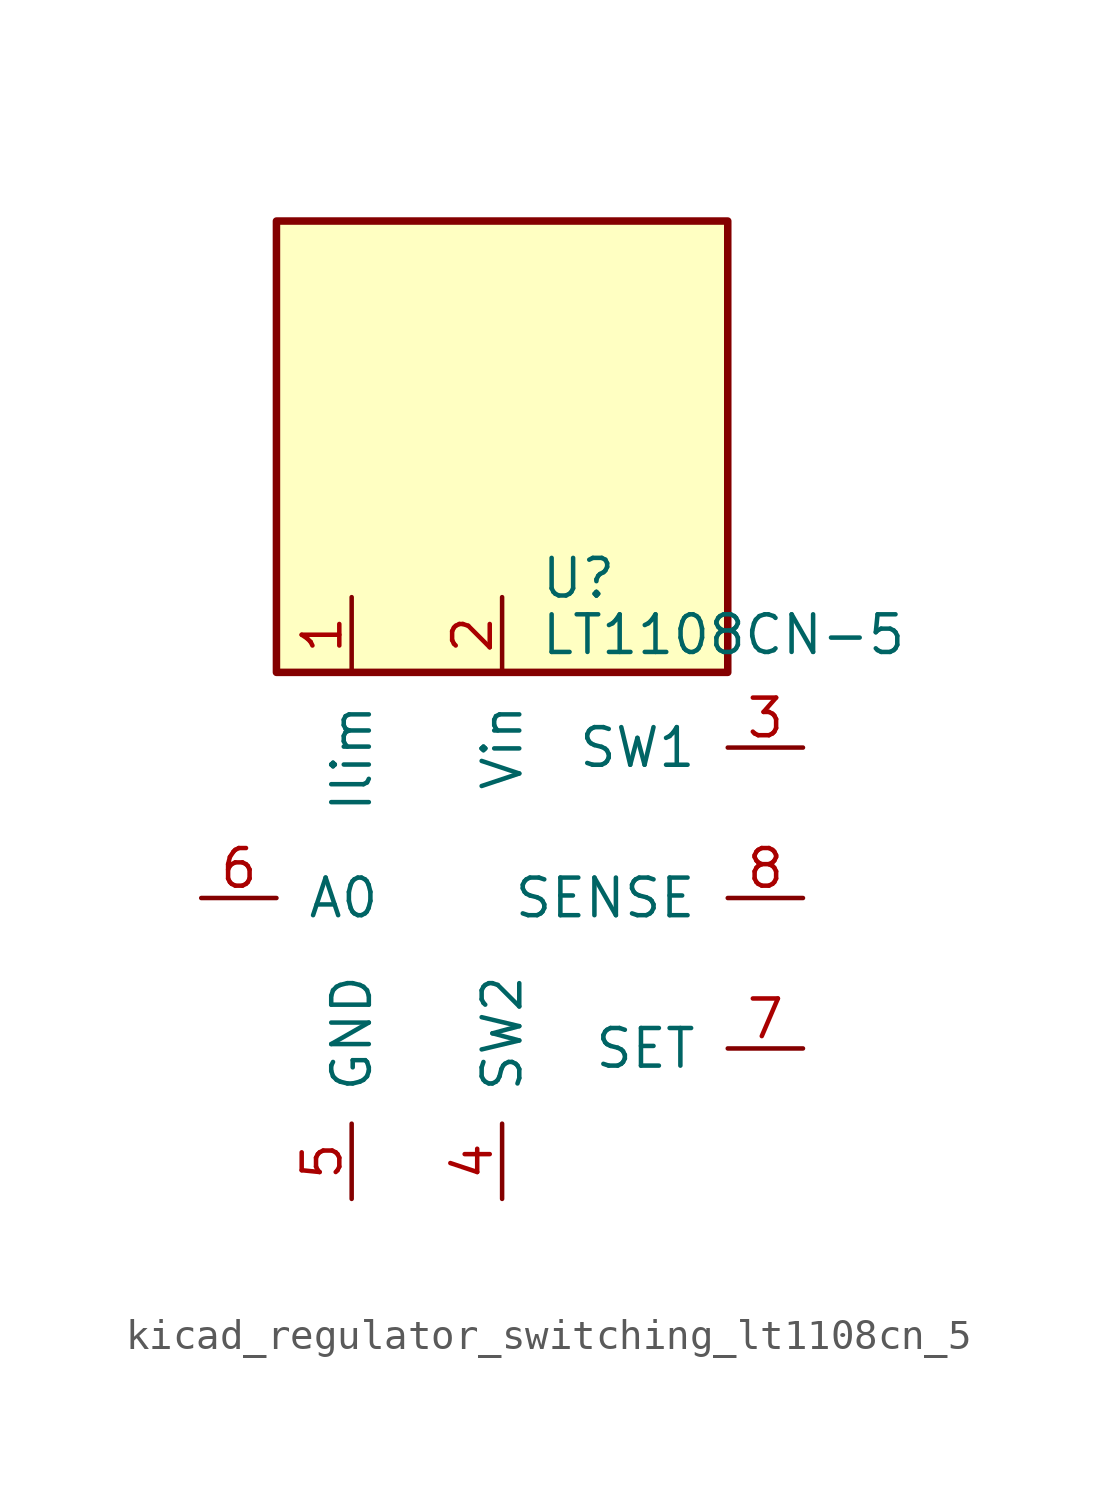
<source format=kicad_sym>
(kicad_symbol_lib
  (version 20220914)
  (generator kicad_symbol_editor)
  (symbol "kicad_regulator_switching_lt1108cn_5"
    (pin_names
      (offset 1.016))
    (property "Reference" "U"
      (at 1.27 10.795 0)
      (effects (font (size 1.27 1.27)) (justify left)))
    (property "Value" "LT1108CN-5"
      (at 1.27 8.89 0)
      (effects (font (size 1.27 1.27)) (justify left)))
    (symbol "kicad_regulator_switching_lt1108cn_5_0_1"
      (rectangle (start 7.62 22.86) (end -7.62 7.62) (stroke (width 0.254) (type default)) (fill (type background))))
    (symbol "kicad_regulator_switching_lt1108cn_5_1_1"
      (pin input line (at -5.08 10.16 270) (length 2.54) (name "Ilim" (effects (font (size 1.27 1.27)))) (number "1" (effects (font (size 1.27 1.27)))))
      (pin power_in line (at 0 10.16 270) (length 2.54) (name "Vin" (effects (font (size 1.27 1.27)))) (number "2" (effects (font (size 1.27 1.27)))))
      (pin input line (at 10.16 5.08 180) (length 2.54) (name "SW1" (effects (font (size 1.27 1.27)))) (number "3" (effects (font (size 1.27 1.27)))))
      (pin input line (at 0 -10.16 90) (length 2.54) (name "SW2" (effects (font (size 1.27 1.27)))) (number "4" (effects (font (size 1.27 1.27)))))
      (pin power_in line (at -5.08 -10.16 90) (length 2.54) (name "GND" (effects (font (size 1.27 1.27)))) (number "5" (effects (font (size 1.27 1.27)))))
      (pin output line (at -10.16 0 0) (length 2.54) (name "A0" (effects (font (size 1.27 1.27)))) (number "6" (effects (font (size 1.27 1.27)))))
      (pin input line (at 10.16 -5.08 180) (length 2.54) (name "SET" (effects (font (size 1.27 1.27)))) (number "7" (effects (font (size 1.27 1.27)))))
      (pin input line (at 10.16 0 180) (length 2.54) (name "SENSE" (effects (font (size 1.27 1.27)))) (number "8" (effects (font (size 1.27 1.27))))))))
</source>
